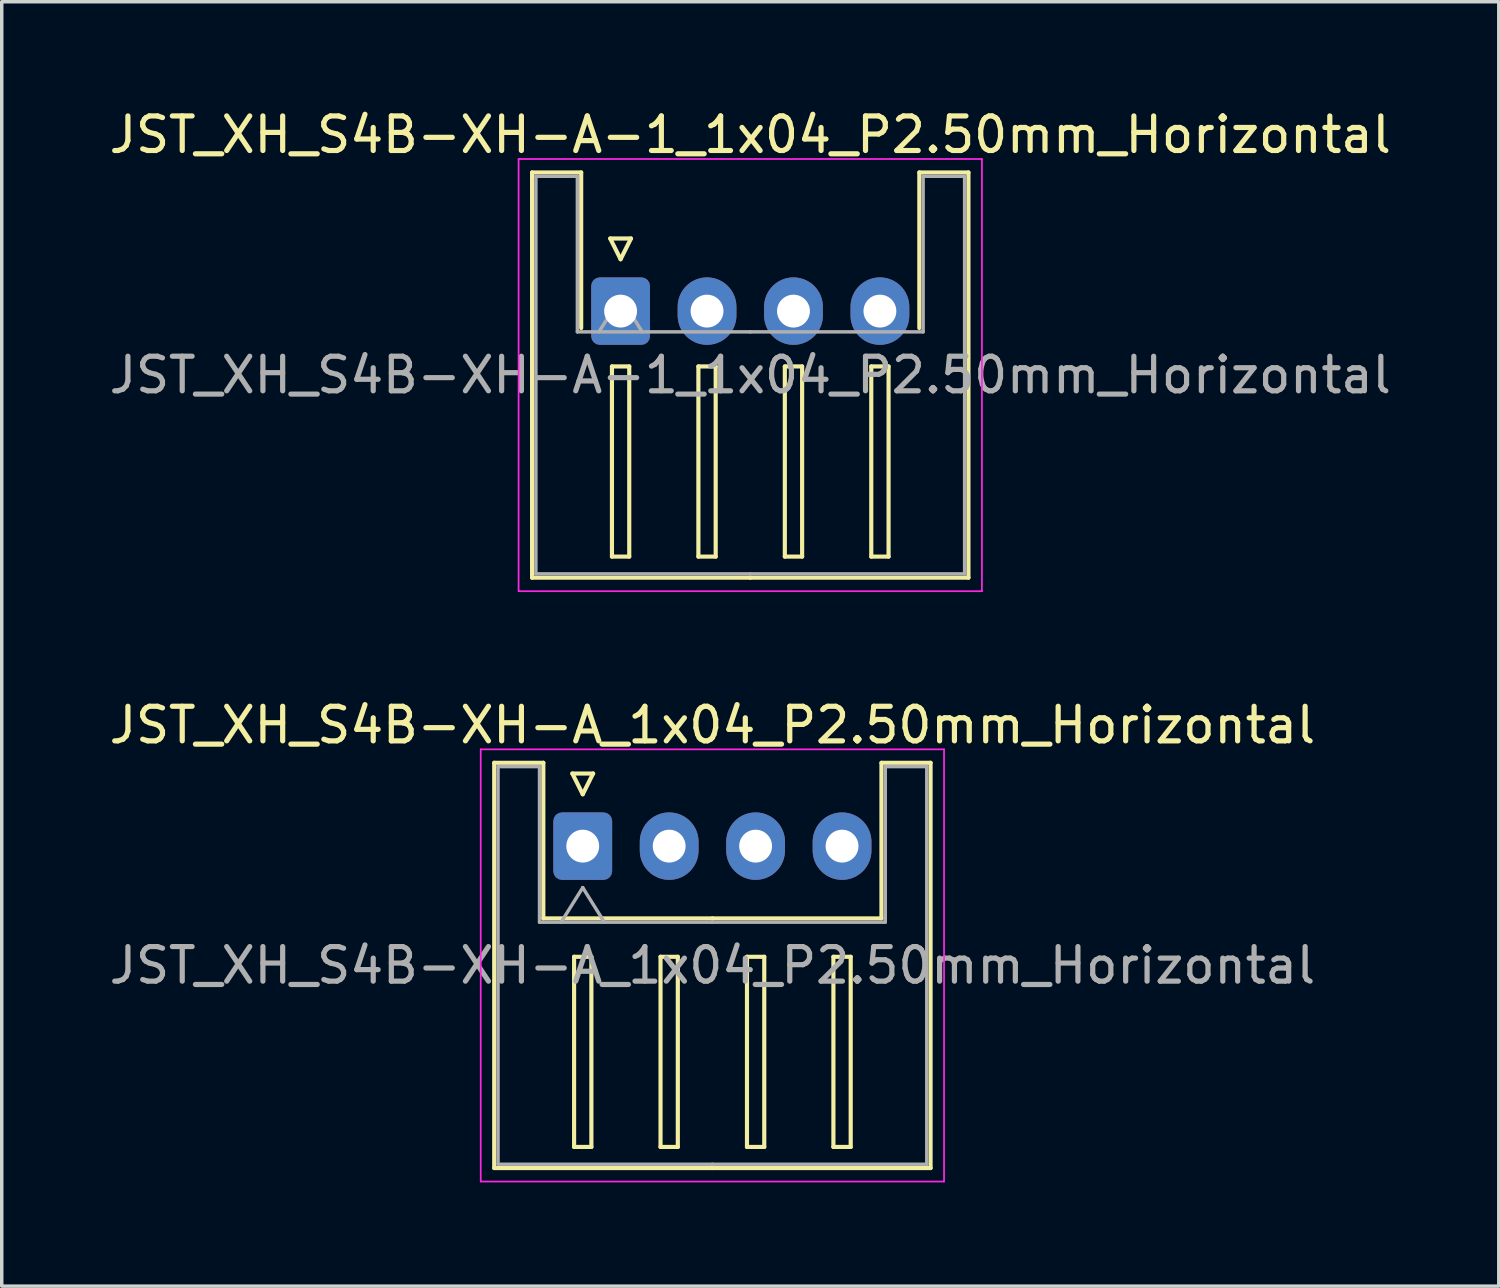
<source format=kicad_pcb>
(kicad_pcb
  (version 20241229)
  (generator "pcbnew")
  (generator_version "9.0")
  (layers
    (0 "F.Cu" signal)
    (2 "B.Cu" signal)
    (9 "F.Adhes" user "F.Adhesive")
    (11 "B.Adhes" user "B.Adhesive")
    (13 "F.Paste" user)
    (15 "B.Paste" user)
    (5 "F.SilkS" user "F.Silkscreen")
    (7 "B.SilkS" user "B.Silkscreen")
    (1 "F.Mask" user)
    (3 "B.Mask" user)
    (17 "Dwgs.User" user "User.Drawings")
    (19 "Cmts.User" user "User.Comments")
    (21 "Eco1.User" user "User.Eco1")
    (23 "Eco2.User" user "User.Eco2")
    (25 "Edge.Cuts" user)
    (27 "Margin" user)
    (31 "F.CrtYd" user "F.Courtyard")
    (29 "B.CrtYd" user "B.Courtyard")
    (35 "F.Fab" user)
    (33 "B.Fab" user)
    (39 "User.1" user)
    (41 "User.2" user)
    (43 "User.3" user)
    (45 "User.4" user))
  (footprint "JST_XH_S4B-XH-A_1x04_P2.50mm_Horizontal"
    (layer "F.Cu")
    (at 13.804 21.422)
    (property "Reference" "JST_XH_S4B-XH-A_1x04_P2.50mm_Horizontal" (at 3.75 -3.5 0) (layer "F.SilkS") (effects (font (size 1 1) (thickness 0.15))))
    (attr through_hole)
    (fp_line (start -2.56 -2.41) (end -1.14 -2.41) (stroke (width 0.12) (type solid)) (layer "F.SilkS"))
    (fp_line (start -2.56 9.31) (end -2.56 -2.41) (stroke (width 0.12) (type solid)) (layer "F.SilkS"))
    (fp_line (start -1.14 -2.41) (end -1.14 2.09) (stroke (width 0.12) (type solid)) (layer "F.SilkS"))
    (fp_line (start -1.14 2.09) (end 3.75 2.09) (stroke (width 0.12) (type solid)) (layer "F.SilkS"))
    (fp_line (start -0.3 -2.1) (end 0.3 -2.1) (stroke (width 0.12) (type solid)) (layer "F.SilkS"))
    (fp_line (start -0.25 3.2) (end -0.25 8.7) (stroke (width 0.12) (type solid)) (layer "F.SilkS"))
    (fp_line (start -0.25 8.7) (end 0.25 8.7) (stroke (width 0.12) (type solid)) (layer "F.SilkS"))
    (fp_line (start 0 -1.5) (end -0.3 -2.1) (stroke (width 0.12) (type solid)) (layer "F.SilkS"))
    (fp_line (start 0.25 3.2) (end -0.25 3.2) (stroke (width 0.12) (type solid)) (layer "F.SilkS"))
    (fp_line (start 0.25 8.7) (end 0.25 3.2) (stroke (width 0.12) (type solid)) (layer "F.SilkS"))
    (fp_line (start 0.3 -2.1) (end 0 -1.5) (stroke (width 0.12) (type solid)) (layer "F.SilkS"))
    (fp_line (start 2.25 3.2) (end 2.25 8.7) (stroke (width 0.12) (type solid)) (layer "F.SilkS"))
    (fp_line (start 2.25 8.7) (end 2.75 8.7) (stroke (width 0.12) (type solid)) (layer "F.SilkS"))
    (fp_line (start 2.75 3.2) (end 2.25 3.2) (stroke (width 0.12) (type solid)) (layer "F.SilkS"))
    (fp_line (start 2.75 8.7) (end 2.75 3.2) (stroke (width 0.12) (type solid)) (layer "F.SilkS"))
    (fp_line (start 3.75 9.31) (end -2.56 9.31) (stroke (width 0.12) (type solid)) (layer "F.SilkS"))
    (fp_line (start 3.75 9.31) (end 10.06 9.31) (stroke (width 0.12) (type solid)) (layer "F.SilkS"))
    (fp_line (start 4.75 3.2) (end 4.75 8.7) (stroke (width 0.12) (type solid)) (layer "F.SilkS"))
    (fp_line (start 4.75 8.7) (end 5.25 8.7) (stroke (width 0.12) (type solid)) (layer "F.SilkS"))
    (fp_line (start 5.25 3.2) (end 4.75 3.2) (stroke (width 0.12) (type solid)) (layer "F.SilkS"))
    (fp_line (start 5.25 8.7) (end 5.25 3.2) (stroke (width 0.12) (type solid)) (layer "F.SilkS"))
    (fp_line (start 7.25 3.2) (end 7.25 8.7) (stroke (width 0.12) (type solid)) (layer "F.SilkS"))
    (fp_line (start 7.25 8.7) (end 7.75 8.7) (stroke (width 0.12) (type solid)) (layer "F.SilkS"))
    (fp_line (start 7.75 3.2) (end 7.25 3.2) (stroke (width 0.12) (type solid)) (layer "F.SilkS"))
    (fp_line (start 7.75 8.7) (end 7.75 3.2) (stroke (width 0.12) (type solid)) (layer "F.SilkS"))
    (fp_line (start 8.64 -2.41) (end 8.64 2.09) (stroke (width 0.12) (type solid)) (layer "F.SilkS"))
    (fp_line (start 8.64 2.09) (end 3.75 2.09) (stroke (width 0.12) (type solid)) (layer "F.SilkS"))
    (fp_line (start 10.06 -2.41) (end 8.64 -2.41) (stroke (width 0.12) (type solid)) (layer "F.SilkS"))
    (fp_line (start 10.06 9.31) (end 10.06 -2.41) (stroke (width 0.12) (type solid)) (layer "F.SilkS"))
    (fp_line (start -2.95 -2.8) (end -2.95 9.7) (stroke (width 0.05) (type solid)) (layer "F.CrtYd"))
    (fp_line (start -2.95 9.7) (end 10.45 9.7) (stroke (width 0.05) (type solid)) (layer "F.CrtYd"))
    (fp_line (start 10.45 -2.8) (end -2.95 -2.8) (stroke (width 0.05) (type solid)) (layer "F.CrtYd"))
    (fp_line (start 10.45 9.7) (end 10.45 -2.8) (stroke (width 0.05) (type solid)) (layer "F.CrtYd"))
    (fp_line (start -2.45 -2.3) (end -1.25 -2.3) (stroke (width 0.1) (type solid)) (layer "F.Fab"))
    (fp_line (start -2.45 9.2) (end -2.45 -2.3) (stroke (width 0.1) (type solid)) (layer "F.Fab"))
    (fp_line (start -1.25 -2.3) (end -1.25 2.2) (stroke (width 0.1) (type solid)) (layer "F.Fab"))
    (fp_line (start -1.25 2.2) (end 3.75 2.2) (stroke (width 0.1) (type solid)) (layer "F.Fab"))
    (fp_line (start -0.625 2.2) (end 0 1.2) (stroke (width 0.1) (type solid)) (layer "F.Fab"))
    (fp_line (start 0 1.2) (end 0.625 2.2) (stroke (width 0.1) (type solid)) (layer "F.Fab"))
    (fp_line (start 3.75 9.2) (end -2.45 9.2) (stroke (width 0.1) (type solid)) (layer "F.Fab"))
    (fp_line (start 3.75 9.2) (end 9.95 9.2) (stroke (width 0.1) (type solid)) (layer "F.Fab"))
    (fp_line (start 8.75 -2.3) (end 8.75 2.2) (stroke (width 0.1) (type solid)) (layer "F.Fab"))
    (fp_line (start 8.75 2.2) (end 3.75 2.2) (stroke (width 0.1) (type solid)) (layer "F.Fab"))
    (fp_line (start 9.95 -2.3) (end 8.75 -2.3) (stroke (width 0.1) (type solid)) (layer "F.Fab"))
    (fp_line (start 9.95 9.2) (end 9.95 -2.3) (stroke (width 0.1) (type solid)) (layer "F.Fab"))
    (fp_text user "${REFERENCE}" (at 3.75 3.45 0) (layer "F.Fab") (effects (font (size 1 1) (thickness 0.15))))
    (pad "1" thru_hole roundrect (at 0 0) (size 1.7 1.95) (drill 0.95) (layers "*.Cu" "*.Mask") (roundrect_rratio 0.147))
    (pad "2" thru_hole oval (at 2.5 0) (size 1.7 1.95) (drill 0.95) (layers "*.Cu" "*.Mask"))
    (pad "3" thru_hole oval (at 5 0) (size 1.7 1.95) (drill 0.95) (layers "*.Cu" "*.Mask"))
    (pad "4" thru_hole oval (at 7.5 0) (size 1.7 1.95) (drill 0.95) (layers "*.Cu" "*.Mask")))
  (footprint "JST_XH_S4B-XH-A-1_1x04_P2.50mm_Horizontal"
    (layer "F.Cu")
    (at 14.899 5.948)
    (property "Reference" "JST_XH_S4B-XH-A-1_1x04_P2.50mm_Horizontal" (at 3.75 -5.1 0) (layer "F.SilkS") (effects (font (size 1 1) (thickness 0.15))))
    (attr through_hole)
    (fp_line (start -2.56 -4.01) (end -1.14 -4.01) (stroke (width 0.12) (type solid)) (layer "F.SilkS"))
    (fp_line (start -2.56 7.71) (end -2.56 -4.01) (stroke (width 0.12) (type solid)) (layer "F.SilkS"))
    (fp_line (start -1.14 -4.01) (end -1.14 0.49) (stroke (width 0.12) (type solid)) (layer "F.SilkS"))
    (fp_line (start -0.3 -2.1) (end 0.3 -2.1) (stroke (width 0.12) (type solid)) (layer "F.SilkS"))
    (fp_line (start -0.25 1.6) (end -0.25 7.1) (stroke (width 0.12) (type solid)) (layer "F.SilkS"))
    (fp_line (start -0.25 7.1) (end 0.25 7.1) (stroke (width 0.12) (type solid)) (layer "F.SilkS"))
    (fp_line (start 0 -1.5) (end -0.3 -2.1) (stroke (width 0.12) (type solid)) (layer "F.SilkS"))
    (fp_line (start 0.25 1.6) (end -0.25 1.6) (stroke (width 0.12) (type solid)) (layer "F.SilkS"))
    (fp_line (start 0.25 7.1) (end 0.25 1.6) (stroke (width 0.12) (type solid)) (layer "F.SilkS"))
    (fp_line (start 0.3 -2.1) (end 0 -1.5) (stroke (width 0.12) (type solid)) (layer "F.SilkS"))
    (fp_line (start 2.25 1.6) (end 2.25 7.1) (stroke (width 0.12) (type solid)) (layer "F.SilkS"))
    (fp_line (start 2.25 7.1) (end 2.75 7.1) (stroke (width 0.12) (type solid)) (layer "F.SilkS"))
    (fp_line (start 2.75 1.6) (end 2.25 1.6) (stroke (width 0.12) (type solid)) (layer "F.SilkS"))
    (fp_line (start 2.75 7.1) (end 2.75 1.6) (stroke (width 0.12) (type solid)) (layer "F.SilkS"))
    (fp_line (start 3.75 7.71) (end -2.56 7.71) (stroke (width 0.12) (type solid)) (layer "F.SilkS"))
    (fp_line (start 3.75 7.71) (end 10.06 7.71) (stroke (width 0.12) (type solid)) (layer "F.SilkS"))
    (fp_line (start 4.75 1.6) (end 4.75 7.1) (stroke (width 0.12) (type solid)) (layer "F.SilkS"))
    (fp_line (start 4.75 7.1) (end 5.25 7.1) (stroke (width 0.12) (type solid)) (layer "F.SilkS"))
    (fp_line (start 5.25 1.6) (end 4.75 1.6) (stroke (width 0.12) (type solid)) (layer "F.SilkS"))
    (fp_line (start 5.25 7.1) (end 5.25 1.6) (stroke (width 0.12) (type solid)) (layer "F.SilkS"))
    (fp_line (start 7.25 1.6) (end 7.25 7.1) (stroke (width 0.12) (type solid)) (layer "F.SilkS"))
    (fp_line (start 7.25 7.1) (end 7.75 7.1) (stroke (width 0.12) (type solid)) (layer "F.SilkS"))
    (fp_line (start 7.75 1.6) (end 7.25 1.6) (stroke (width 0.12) (type solid)) (layer "F.SilkS"))
    (fp_line (start 7.75 7.1) (end 7.75 1.6) (stroke (width 0.12) (type solid)) (layer "F.SilkS"))
    (fp_line (start 8.64 -4.01) (end 8.64 0.49) (stroke (width 0.12) (type solid)) (layer "F.SilkS"))
    (fp_line (start 10.06 -4.01) (end 8.64 -4.01) (stroke (width 0.12) (type solid)) (layer "F.SilkS"))
    (fp_line (start 10.06 7.71) (end 10.06 -4.01) (stroke (width 0.12) (type solid)) (layer "F.SilkS"))
    (fp_line (start -2.95 -4.4) (end -2.95 8.1) (stroke (width 0.05) (type solid)) (layer "F.CrtYd"))
    (fp_line (start -2.95 8.1) (end 10.45 8.1) (stroke (width 0.05) (type solid)) (layer "F.CrtYd"))
    (fp_line (start 10.45 -4.4) (end -2.95 -4.4) (stroke (width 0.05) (type solid)) (layer "F.CrtYd"))
    (fp_line (start 10.45 8.1) (end 10.45 -4.4) (stroke (width 0.05) (type solid)) (layer "F.CrtYd"))
    (fp_line (start -2.45 -3.9) (end -1.25 -3.9) (stroke (width 0.1) (type solid)) (layer "F.Fab"))
    (fp_line (start -2.45 7.6) (end -2.45 -3.9) (stroke (width 0.1) (type solid)) (layer "F.Fab"))
    (fp_line (start -1.25 -3.9) (end -1.25 0.6) (stroke (width 0.1) (type solid)) (layer "F.Fab"))
    (fp_line (start -1.25 0.6) (end 3.75 0.6) (stroke (width 0.1) (type solid)) (layer "F.Fab"))
    (fp_line (start -0.625 0.6) (end 0 -0.4) (stroke (width 0.1) (type solid)) (layer "F.Fab"))
    (fp_line (start 0 -0.4) (end 0.625 0.6) (stroke (width 0.1) (type solid)) (layer "F.Fab"))
    (fp_line (start 3.75 7.6) (end -2.45 7.6) (stroke (width 0.1) (type solid)) (layer "F.Fab"))
    (fp_line (start 3.75 7.6) (end 9.95 7.6) (stroke (width 0.1) (type solid)) (layer "F.Fab"))
    (fp_line (start 8.75 -3.9) (end 8.75 0.6) (stroke (width 0.1) (type solid)) (layer "F.Fab"))
    (fp_line (start 8.75 0.6) (end 3.75 0.6) (stroke (width 0.1) (type solid)) (layer "F.Fab"))
    (fp_line (start 9.95 -3.9) (end 8.75 -3.9) (stroke (width 0.1) (type solid)) (layer "F.Fab"))
    (fp_line (start 9.95 7.6) (end 9.95 -3.9) (stroke (width 0.1) (type solid)) (layer "F.Fab"))
    (fp_text user "${REFERENCE}" (at 3.75 1.85 0) (layer "F.Fab") (effects (font (size 1 1) (thickness 0.15))))
    (pad "1" thru_hole roundrect (at 0 0) (size 1.7 1.95) (drill 0.95) (layers "*.Cu" "*.Mask") (roundrect_rratio 0.147))
    (pad "2" thru_hole oval (at 2.5 0) (size 1.7 1.95) (drill 0.95) (layers "*.Cu" "*.Mask"))
    (pad "3" thru_hole oval (at 5 0) (size 1.7 1.95) (drill 0.95) (layers "*.Cu" "*.Mask"))
    (pad "4" thru_hole oval (at 7.5 0) (size 1.7 1.95) (drill 0.95) (layers "*.Cu" "*.Mask")))
  (gr_rect
    (start -3 -3)
    (end 40.298 34.147)
    (stroke (width 0.1) (type default))
    (fill no)
    (layer "Edge.Cuts")))
</source>
